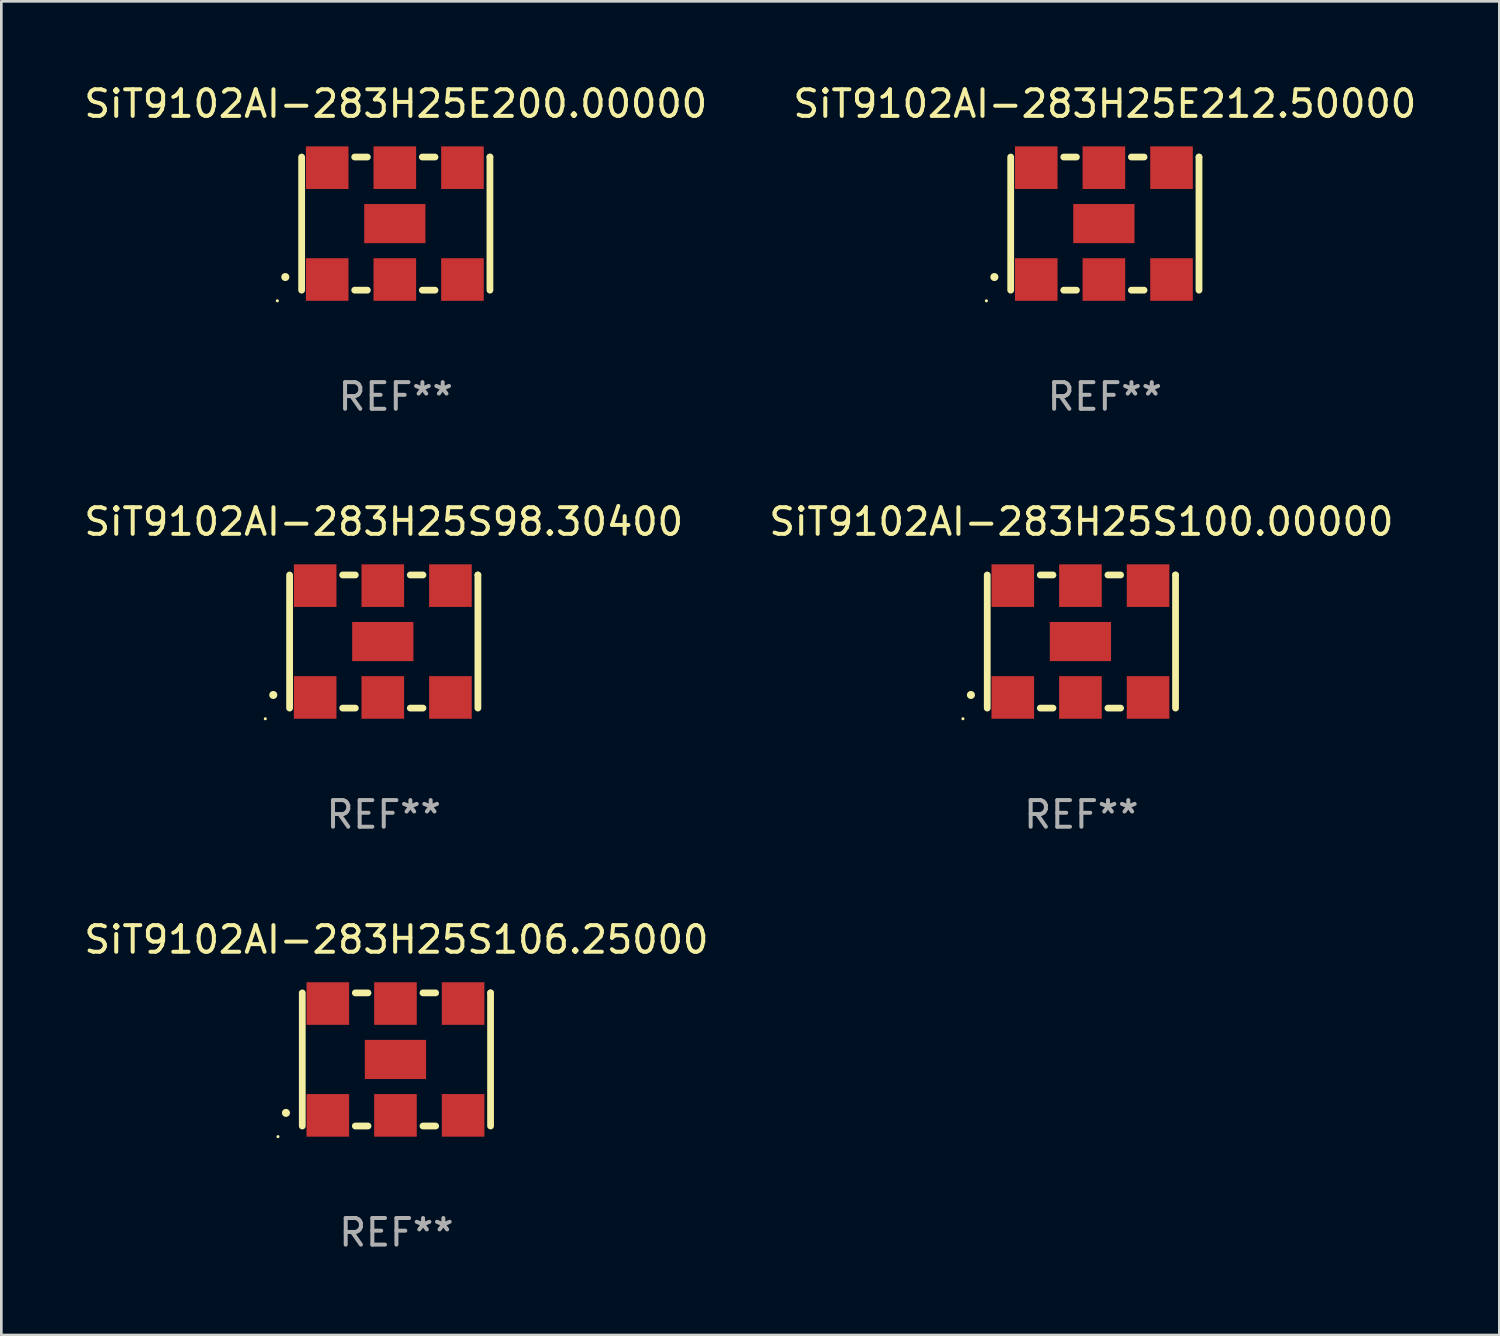
<source format=kicad_pcb>
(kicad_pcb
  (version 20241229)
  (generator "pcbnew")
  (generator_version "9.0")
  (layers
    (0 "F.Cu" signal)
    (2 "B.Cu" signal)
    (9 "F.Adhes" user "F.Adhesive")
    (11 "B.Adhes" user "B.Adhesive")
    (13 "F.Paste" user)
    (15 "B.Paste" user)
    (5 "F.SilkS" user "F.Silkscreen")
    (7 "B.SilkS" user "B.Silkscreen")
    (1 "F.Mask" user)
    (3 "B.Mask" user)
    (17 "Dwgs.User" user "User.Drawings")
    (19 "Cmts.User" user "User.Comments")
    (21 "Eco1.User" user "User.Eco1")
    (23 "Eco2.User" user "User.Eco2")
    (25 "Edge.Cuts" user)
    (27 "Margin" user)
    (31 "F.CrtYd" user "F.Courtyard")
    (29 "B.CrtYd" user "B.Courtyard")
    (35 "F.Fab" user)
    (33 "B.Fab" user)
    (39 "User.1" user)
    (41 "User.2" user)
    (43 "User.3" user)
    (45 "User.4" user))
  (footprint "SiT9102AI-283H25S100.00000"
    (layer "F.Cu")
    (at 37.565 21.045)
    (property "Reference" "SiT9102AI-283H25S100.00000" (at 0 -4.5 0) (layer "F.SilkS") (effects (font (size 1 1) (thickness 0.15))))
    (attr through_hole)
    (fp_line (start -3.536 -2.5) (end -3.536 2.5) (stroke (width 0.254) (type solid)) (layer "F.SilkS"))
    (fp_line (start -1.544 2.5) (end -1.067 2.5) (stroke (width 0.254) (type solid)) (layer "F.SilkS"))
    (fp_line (start -1.067 -2.5) (end -1.544 -2.5) (stroke (width 0.254) (type solid)) (layer "F.SilkS"))
    (fp_line (start 0.996 2.5) (end 1.473 2.5) (stroke (width 0.254) (type solid)) (layer "F.SilkS"))
    (fp_line (start 1.473 -2.5) (end 0.996 -2.5) (stroke (width 0.254) (type solid)) (layer "F.SilkS"))
    (fp_line (start 3.536 -2.5) (end 3.536 -2.5) (stroke (width 0.254) (type solid)) (layer "F.SilkS"))
    (fp_line (start 3.536 2.5) (end 3.536 -2.5) (stroke (width 0.254) (type solid)) (layer "F.SilkS"))
    (fp_arc (start -4.150432 2.006604) (mid -4.149162 2.006599) (end -4.147892 2.006604) (stroke (width 0.3) (type solid)) (layer "F.SilkS"))
    (fp_circle (center -4.449 2.9) (end -4.419 2.9) (stroke (width 0.06) (type solid)) (fill no) (layer "F.SilkS"))
    (fp_text user "REF**" (at 0 6.5 0) (layer "F.Fab") (effects (font (size 1 1) (thickness 0.15))))
    (pad "1" smd rect (at -2.576 2.1) (size 1.6 1.6) (layers "F.Cu" "F.Mask" "F.Paste"))
    (pad "2" smd rect (at -0.036 2.1) (size 1.6 1.6) (layers "F.Cu" "F.Mask" "F.Paste"))
    (pad "3" smd rect (at 2.504 2.1) (size 1.6 1.6) (layers "F.Cu" "F.Mask" "F.Paste"))
    (pad "4" smd rect (at 2.504 -2.1) (size 1.6 1.6) (layers "F.Cu" "F.Mask" "F.Paste"))
    (pad "5" smd rect (at -0.036 -2.1) (size 1.6 1.6) (layers "F.Cu" "F.Mask" "F.Paste"))
    (pad "6" smd rect (at -2.576 -2.1) (size 1.6 1.6) (layers "F.Cu" "F.Mask" "F.Paste"))
    (pad "7" smd rect (at -0.036 0) (size 2.3 1.47) (layers "F.Cu" "F.Mask" "F.Paste")))
  (footprint "SiT9102AI-283H25E212.50000"
    (layer "F.Cu")
    (at 38.446 5.348)
    (property "Reference" "SiT9102AI-283H25E212.50000" (at 0 -4.5 0) (layer "F.SilkS") (effects (font (size 1 1) (thickness 0.15))))
    (attr through_hole)
    (fp_line (start -3.536 -2.5) (end -3.536 2.5) (stroke (width 0.254) (type solid)) (layer "F.SilkS"))
    (fp_line (start -1.544 2.5) (end -1.067 2.5) (stroke (width 0.254) (type solid)) (layer "F.SilkS"))
    (fp_line (start -1.067 -2.5) (end -1.544 -2.5) (stroke (width 0.254) (type solid)) (layer "F.SilkS"))
    (fp_line (start 0.996 2.5) (end 1.473 2.5) (stroke (width 0.254) (type solid)) (layer "F.SilkS"))
    (fp_line (start 1.473 -2.5) (end 0.996 -2.5) (stroke (width 0.254) (type solid)) (layer "F.SilkS"))
    (fp_line (start 3.536 -2.5) (end 3.536 -2.5) (stroke (width 0.254) (type solid)) (layer "F.SilkS"))
    (fp_line (start 3.536 2.5) (end 3.536 -2.5) (stroke (width 0.254) (type solid)) (layer "F.SilkS"))
    (fp_arc (start -4.150432 2.006604) (mid -4.149162 2.006599) (end -4.147892 2.006604) (stroke (width 0.3) (type solid)) (layer "F.SilkS"))
    (fp_circle (center -4.449 2.9) (end -4.419 2.9) (stroke (width 0.06) (type solid)) (fill no) (layer "F.SilkS"))
    (fp_text user "REF**" (at 0 6.5 0) (layer "F.Fab") (effects (font (size 1 1) (thickness 0.15))))
    (pad "1" smd rect (at -2.576 2.1) (size 1.6 1.6) (layers "F.Cu" "F.Mask" "F.Paste"))
    (pad "2" smd rect (at -0.036 2.1) (size 1.6 1.6) (layers "F.Cu" "F.Mask" "F.Paste"))
    (pad "3" smd rect (at 2.504 2.1) (size 1.6 1.6) (layers "F.Cu" "F.Mask" "F.Paste"))
    (pad "4" smd rect (at 2.504 -2.1) (size 1.6 1.6) (layers "F.Cu" "F.Mask" "F.Paste"))
    (pad "5" smd rect (at -0.036 -2.1) (size 1.6 1.6) (layers "F.Cu" "F.Mask" "F.Paste"))
    (pad "6" smd rect (at -2.576 -2.1) (size 1.6 1.6) (layers "F.Cu" "F.Mask" "F.Paste"))
    (pad "7" smd rect (at -0.036 0) (size 2.3 1.47) (layers "F.Cu" "F.Mask" "F.Paste")))
  (footprint "SiT9102AI-283H25S98.30400"
    (layer "F.Cu")
    (at 11.363 21.045)
    (property "Reference" "SiT9102AI-283H25S98.30400" (at 0 -4.5 0) (layer "F.SilkS") (effects (font (size 1 1) (thickness 0.15))))
    (attr through_hole)
    (fp_line (start -3.536 -2.5) (end -3.536 2.5) (stroke (width 0.254) (type solid)) (layer "F.SilkS"))
    (fp_line (start -1.544 2.5) (end -1.067 2.5) (stroke (width 0.254) (type solid)) (layer "F.SilkS"))
    (fp_line (start -1.067 -2.5) (end -1.544 -2.5) (stroke (width 0.254) (type solid)) (layer "F.SilkS"))
    (fp_line (start 0.996 2.5) (end 1.473 2.5) (stroke (width 0.254) (type solid)) (layer "F.SilkS"))
    (fp_line (start 1.473 -2.5) (end 0.996 -2.5) (stroke (width 0.254) (type solid)) (layer "F.SilkS"))
    (fp_line (start 3.536 -2.5) (end 3.536 -2.5) (stroke (width 0.254) (type solid)) (layer "F.SilkS"))
    (fp_line (start 3.536 2.5) (end 3.536 -2.5) (stroke (width 0.254) (type solid)) (layer "F.SilkS"))
    (fp_arc (start -4.150432 2.006604) (mid -4.149162 2.006599) (end -4.147892 2.006604) (stroke (width 0.3) (type solid)) (layer "F.SilkS"))
    (fp_circle (center -4.449 2.9) (end -4.419 2.9) (stroke (width 0.06) (type solid)) (fill no) (layer "F.SilkS"))
    (fp_text user "REF**" (at 0 6.5 0) (layer "F.Fab") (effects (font (size 1 1) (thickness 0.15))))
    (pad "1" smd rect (at -2.576 2.1) (size 1.6 1.6) (layers "F.Cu" "F.Mask" "F.Paste"))
    (pad "2" smd rect (at -0.036 2.1) (size 1.6 1.6) (layers "F.Cu" "F.Mask" "F.Paste"))
    (pad "3" smd rect (at 2.504 2.1) (size 1.6 1.6) (layers "F.Cu" "F.Mask" "F.Paste"))
    (pad "4" smd rect (at 2.504 -2.1) (size 1.6 1.6) (layers "F.Cu" "F.Mask" "F.Paste"))
    (pad "5" smd rect (at -0.036 -2.1) (size 1.6 1.6) (layers "F.Cu" "F.Mask" "F.Paste"))
    (pad "6" smd rect (at -2.576 -2.1) (size 1.6 1.6) (layers "F.Cu" "F.Mask" "F.Paste"))
    (pad "7" smd rect (at -0.036 0) (size 2.3 1.47) (layers "F.Cu" "F.Mask" "F.Paste")))
  (footprint "SiT9102AI-283H25S106.25000"
    (layer "F.Cu")
    (at 11.839 36.741)
    (property "Reference" "SiT9102AI-283H25S106.25000" (at 0 -4.5 0) (layer "F.SilkS") (effects (font (size 1 1) (thickness 0.15))))
    (attr through_hole)
    (fp_line (start -3.536 -2.5) (end -3.536 2.5) (stroke (width 0.254) (type solid)) (layer "F.SilkS"))
    (fp_line (start -1.544 2.5) (end -1.067 2.5) (stroke (width 0.254) (type solid)) (layer "F.SilkS"))
    (fp_line (start -1.067 -2.5) (end -1.544 -2.5) (stroke (width 0.254) (type solid)) (layer "F.SilkS"))
    (fp_line (start 0.996 2.5) (end 1.473 2.5) (stroke (width 0.254) (type solid)) (layer "F.SilkS"))
    (fp_line (start 1.473 -2.5) (end 0.996 -2.5) (stroke (width 0.254) (type solid)) (layer "F.SilkS"))
    (fp_line (start 3.536 -2.5) (end 3.536 -2.5) (stroke (width 0.254) (type solid)) (layer "F.SilkS"))
    (fp_line (start 3.536 2.5) (end 3.536 -2.5) (stroke (width 0.254) (type solid)) (layer "F.SilkS"))
    (fp_arc (start -4.150432 2.006604) (mid -4.149162 2.006599) (end -4.147892 2.006604) (stroke (width 0.3) (type solid)) (layer "F.SilkS"))
    (fp_circle (center -4.449 2.9) (end -4.419 2.9) (stroke (width 0.06) (type solid)) (fill no) (layer "F.SilkS"))
    (fp_text user "REF**" (at 0 6.5 0) (layer "F.Fab") (effects (font (size 1 1) (thickness 0.15))))
    (pad "1" smd rect (at -2.576 2.1) (size 1.6 1.6) (layers "F.Cu" "F.Mask" "F.Paste"))
    (pad "2" smd rect (at -0.036 2.1) (size 1.6 1.6) (layers "F.Cu" "F.Mask" "F.Paste"))
    (pad "3" smd rect (at 2.504 2.1) (size 1.6 1.6) (layers "F.Cu" "F.Mask" "F.Paste"))
    (pad "4" smd rect (at 2.504 -2.1) (size 1.6 1.6) (layers "F.Cu" "F.Mask" "F.Paste"))
    (pad "5" smd rect (at -0.036 -2.1) (size 1.6 1.6) (layers "F.Cu" "F.Mask" "F.Paste"))
    (pad "6" smd rect (at -2.576 -2.1) (size 1.6 1.6) (layers "F.Cu" "F.Mask" "F.Paste"))
    (pad "7" smd rect (at -0.036 0) (size 2.3 1.47) (layers "F.Cu" "F.Mask" "F.Paste")))
  (footprint "SiT9102AI-283H25E200.00000"
    (layer "F.Cu")
    (at 11.815 5.348)
    (property "Reference" "SiT9102AI-283H25E200.00000" (at 0 -4.5 0) (layer "F.SilkS") (effects (font (size 1 1) (thickness 0.15))))
    (attr through_hole)
    (fp_line (start -3.536 -2.5) (end -3.536 2.5) (stroke (width 0.254) (type solid)) (layer "F.SilkS"))
    (fp_line (start -1.544 2.5) (end -1.067 2.5) (stroke (width 0.254) (type solid)) (layer "F.SilkS"))
    (fp_line (start -1.067 -2.5) (end -1.544 -2.5) (stroke (width 0.254) (type solid)) (layer "F.SilkS"))
    (fp_line (start 0.996 2.5) (end 1.473 2.5) (stroke (width 0.254) (type solid)) (layer "F.SilkS"))
    (fp_line (start 1.473 -2.5) (end 0.996 -2.5) (stroke (width 0.254) (type solid)) (layer "F.SilkS"))
    (fp_line (start 3.536 -2.5) (end 3.536 -2.5) (stroke (width 0.254) (type solid)) (layer "F.SilkS"))
    (fp_line (start 3.536 2.5) (end 3.536 -2.5) (stroke (width 0.254) (type solid)) (layer "F.SilkS"))
    (fp_arc (start -4.150432 2.006604) (mid -4.149162 2.006599) (end -4.147892 2.006604) (stroke (width 0.3) (type solid)) (layer "F.SilkS"))
    (fp_circle (center -4.449 2.9) (end -4.419 2.9) (stroke (width 0.06) (type solid)) (fill no) (layer "F.SilkS"))
    (fp_text user "REF**" (at 0 6.5 0) (layer "F.Fab") (effects (font (size 1 1) (thickness 0.15))))
    (pad "1" smd rect (at -2.576 2.1) (size 1.6 1.6) (layers "F.Cu" "F.Mask" "F.Paste"))
    (pad "2" smd rect (at -0.036 2.1) (size 1.6 1.6) (layers "F.Cu" "F.Mask" "F.Paste"))
    (pad "3" smd rect (at 2.504 2.1) (size 1.6 1.6) (layers "F.Cu" "F.Mask" "F.Paste"))
    (pad "4" smd rect (at 2.504 -2.1) (size 1.6 1.6) (layers "F.Cu" "F.Mask" "F.Paste"))
    (pad "5" smd rect (at -0.036 -2.1) (size 1.6 1.6) (layers "F.Cu" "F.Mask" "F.Paste"))
    (pad "6" smd rect (at -2.576 -2.1) (size 1.6 1.6) (layers "F.Cu" "F.Mask" "F.Paste"))
    (pad "7" smd rect (at -0.036 0) (size 2.3 1.47) (layers "F.Cu" "F.Mask" "F.Paste")))
  (gr_rect
    (start -3 -3)
    (end 53.262 47.09)
    (stroke (width 0.1) (type default))
    (fill no)
    (layer "Edge.Cuts")))
</source>
